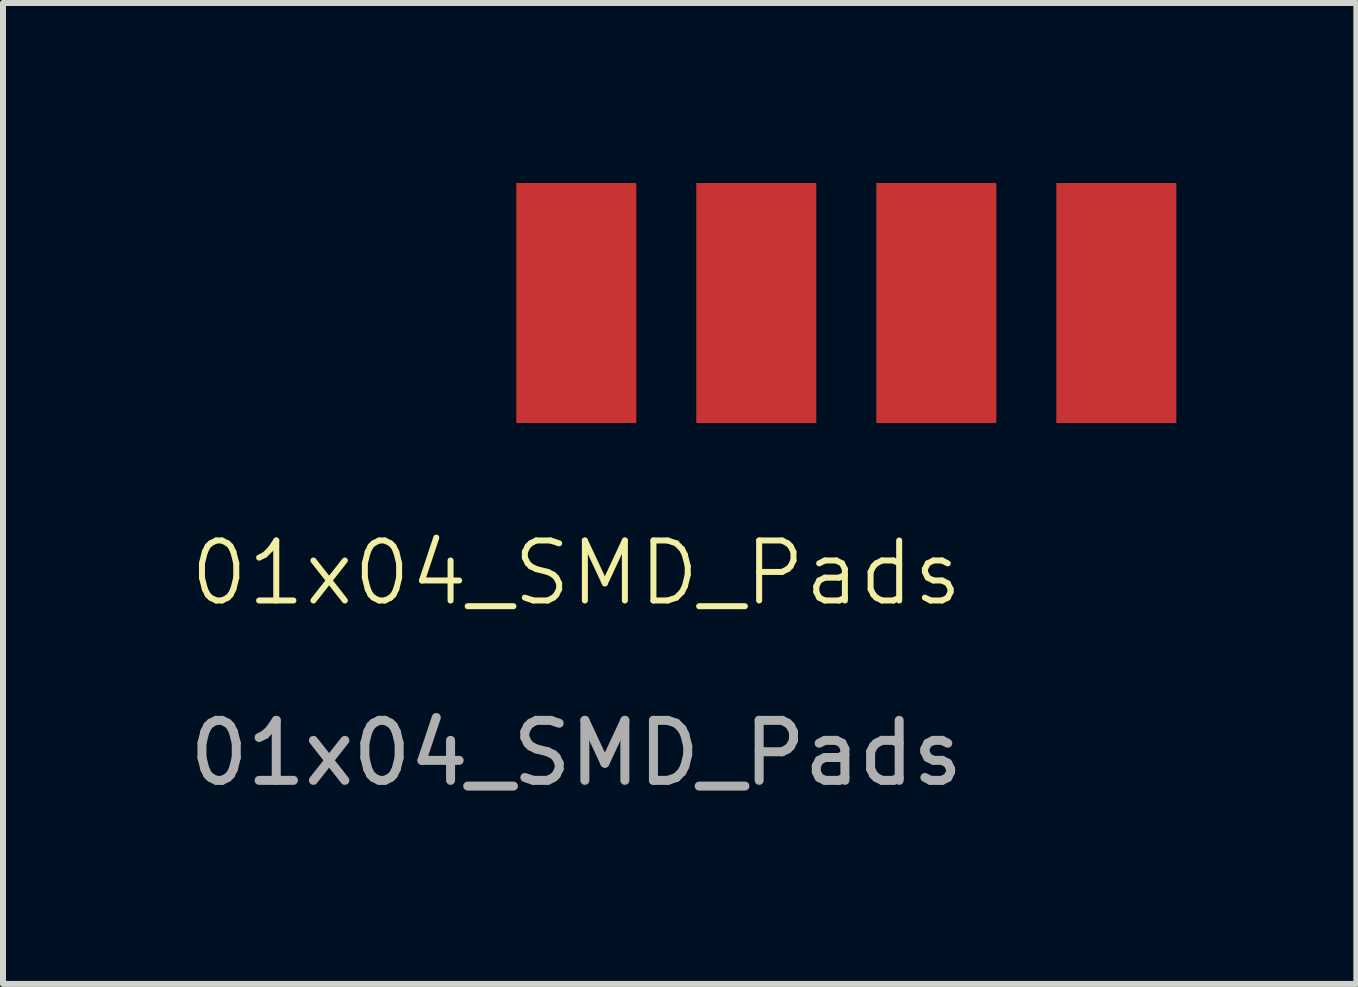
<source format=kicad_pcb>
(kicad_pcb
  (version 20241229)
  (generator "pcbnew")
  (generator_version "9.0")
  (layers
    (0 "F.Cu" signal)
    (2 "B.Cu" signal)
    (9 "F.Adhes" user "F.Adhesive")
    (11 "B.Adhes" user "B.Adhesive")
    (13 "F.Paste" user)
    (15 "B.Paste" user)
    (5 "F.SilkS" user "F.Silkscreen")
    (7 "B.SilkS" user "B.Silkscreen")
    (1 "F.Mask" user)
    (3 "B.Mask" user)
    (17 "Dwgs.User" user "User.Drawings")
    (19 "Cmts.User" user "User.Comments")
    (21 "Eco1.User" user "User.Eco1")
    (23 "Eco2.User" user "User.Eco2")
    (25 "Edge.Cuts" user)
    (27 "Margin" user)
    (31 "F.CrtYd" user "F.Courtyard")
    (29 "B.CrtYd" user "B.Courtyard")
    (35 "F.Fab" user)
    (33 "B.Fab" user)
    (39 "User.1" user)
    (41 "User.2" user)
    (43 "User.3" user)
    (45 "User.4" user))
  (footprint "01x04_SMD_Pads"
    (layer "F.Cu")
    (at 6.554 7)
    (property "Reference" "01x04_SMD_Pads" (at 0 -0.5 0) (unlocked yes) (layer "F.SilkS") (effects (font (size 1 1) (thickness 0.1))))
    (attr smd)
    (fp_text user "${REFERENCE}" (at 0 2.5 0) (unlocked yes) (layer "F.Fab") (effects (font (size 1 1) (thickness 0.15))))
    (pad "1" smd rect (at 0 -5 90) (size 4 2) (layers "F.Cu" "F.Mask" "F.Paste"))
    (pad "2" smd rect (at 3 -5 90) (size 4 2) (layers "F.Cu" "F.Mask" "F.Paste"))
    (pad "3" smd rect (at 6 -5 90) (size 4 2) (layers "F.Cu" "F.Mask" "F.Paste"))
    (pad "4" smd rect (at 9 -5 90) (size 4 2) (layers "F.Cu" "F.Mask" "F.Paste")))
  (gr_rect
    (start -3 -3)
    (end 19.554 13.348)
    (stroke (width 0.1) (type default))
    (fill no)
    (layer "Edge.Cuts")))
</source>
